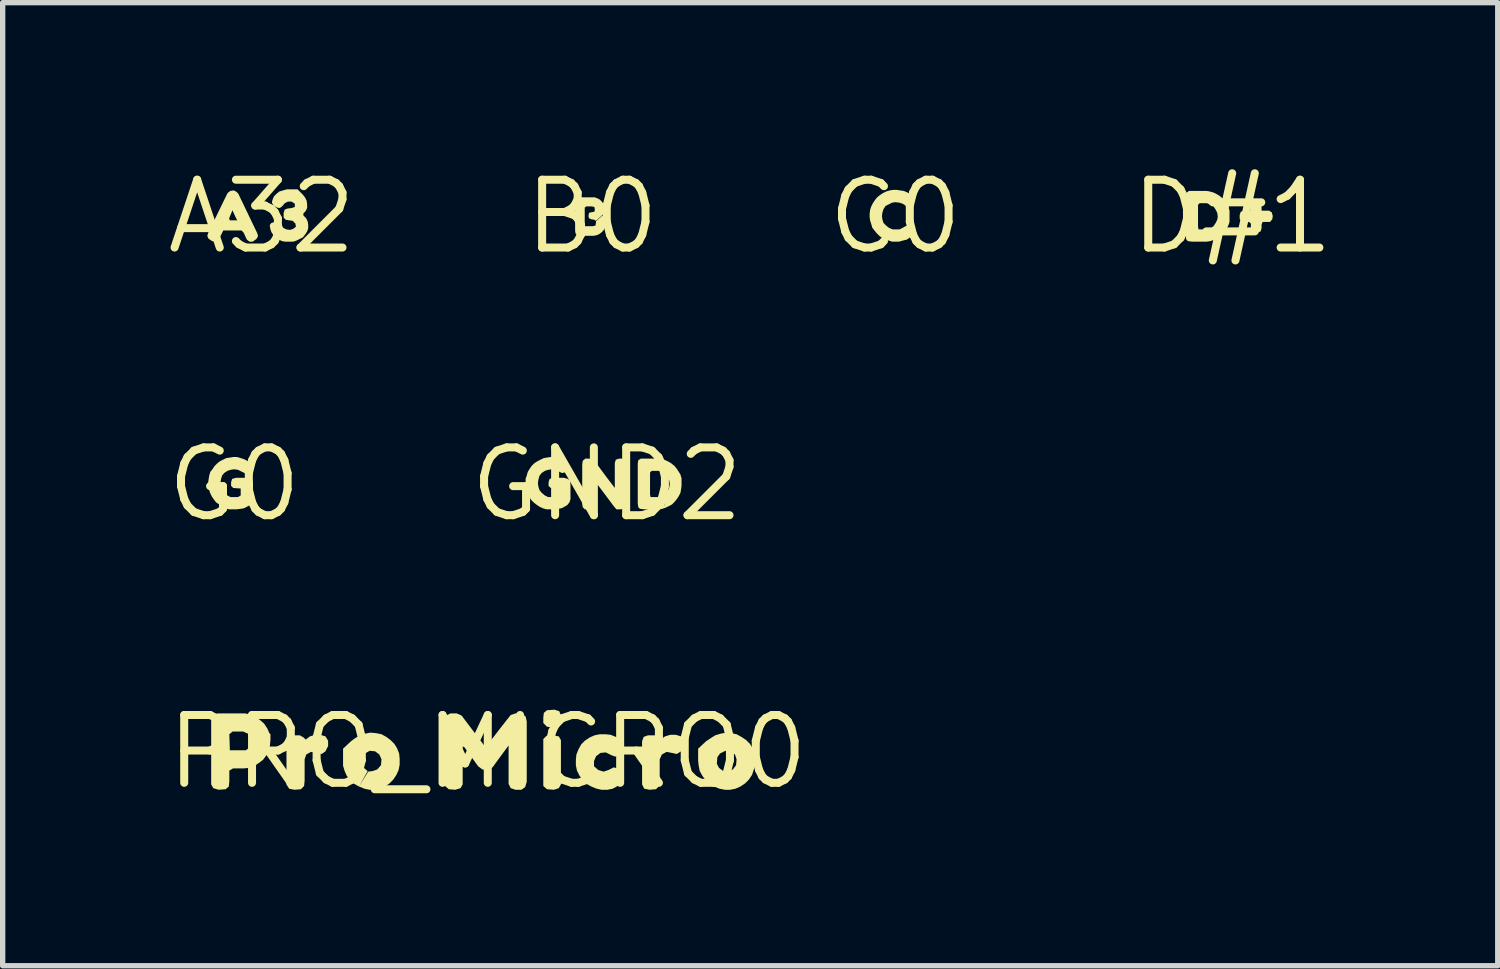
<source format=kicad_pcb>
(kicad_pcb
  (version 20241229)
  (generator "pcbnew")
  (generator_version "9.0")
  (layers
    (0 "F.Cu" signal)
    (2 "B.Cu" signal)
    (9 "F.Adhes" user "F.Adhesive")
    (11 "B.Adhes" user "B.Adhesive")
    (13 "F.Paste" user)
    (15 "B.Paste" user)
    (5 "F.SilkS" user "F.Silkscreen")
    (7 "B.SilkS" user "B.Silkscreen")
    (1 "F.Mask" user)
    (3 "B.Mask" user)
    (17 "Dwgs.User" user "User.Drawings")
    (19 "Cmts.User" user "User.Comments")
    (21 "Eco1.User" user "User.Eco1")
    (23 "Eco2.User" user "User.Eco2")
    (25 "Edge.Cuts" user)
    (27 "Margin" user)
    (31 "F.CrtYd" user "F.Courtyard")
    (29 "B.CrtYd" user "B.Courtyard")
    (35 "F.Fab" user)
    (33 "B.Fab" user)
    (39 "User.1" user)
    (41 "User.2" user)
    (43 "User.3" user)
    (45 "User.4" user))
  (footprint "C0"
    (layer "F.Cu")
    (at 13.717 1.006)
    (property "Reference" "C0" (at 0 0 0) (layer "F.SilkS") (effects (font (size 1.27 1.27) (thickness 0.15))))
    (attr through_hole)
    (fp_poly (pts (xy 0.14 0.21) (xy 0.08 0.24) (xy 0.01 0.24) (xy -0.05 0.24) (xy -0.12 0.21) (xy -0.17 0.17) (xy -0.22 0.12) (xy -0.24 0.06) (xy -0.25 -0.01) (xy -0.24 -0.08) (xy -0.22 -0.14) (xy -0.18 -0.2) (xy -0.12 -0.23) (xy -0.06 -0.26) (xy 0 -0.27) (xy 0.08 -0.26) (xy 0.14 -0.24) (xy 0.2 -0.2) (xy 0.25 -0.2) (xy 0.3 -0.25) (xy 0.34 -0.31) (xy 0.33 -0.37) (xy 0.28 -0.42) (xy 0.23 -0.45) (xy 0.16 -0.48) (xy 0.09 -0.49) (xy 0.03 -0.5) (xy -0.04 -0.5) (xy -0.1 -0.49) (xy -0.17 -0.47) (xy -0.23 -0.44) (xy -0.29 -0.4) (xy -0.34 -0.36) (xy -0.38 -0.31) (xy -0.42 -0.25) (xy -0.45 -0.19) (xy -0.47 -0.13) (xy -0.48 -0.06) (xy -0.48 0.01) (xy -0.47 0.08) (xy -0.45 0.14) (xy -0.43 0.21) (xy -0.39 0.26) (xy -0.35 0.31) (xy -0.3 0.36) (xy -0.25 0.4) (xy -0.18 0.43) (xy -0.12 0.45) (xy -0.06 0.47) (xy 0.01 0.47) (xy 0.07 0.47) (xy 0.14 0.45) (xy 0.22 0.43) (xy 0.26 0.4) (xy 0.32 0.36) (xy 0.33 0.3) (xy 0.3 0.23) (xy 0.25 0.18) (xy 0.21 0.17)) (stroke (width 0) (type solid)) (fill yes) (layer "F.SilkS")))
  (footprint "GND2"
    (layer "F.Cu")
    (at 8.314 6.019)
    (property "Reference" "GND2" (at 0 0 0) (layer "F.SilkS") (effects (font (size 1.27 1.27) (thickness 0.15))))
    (attr through_hole)
    (fp_poly (pts (xy 0.17 -0.46) (xy 0.15 -0.4) (xy 0.15 -0.33) (xy 0.15 0.07) (xy -0.01 -0.14) (xy -0.21 -0.41) (xy -0.26 -0.46) (xy -0.33 -0.48) (xy -0.4 -0.48) (xy -0.45 -0.44) (xy -0.46 -0.37) (xy -0.46 0.37) (xy -0.45 0.43) (xy -0.41 0.47) (xy -0.32 0.47) (xy -0.26 0.45) (xy -0.23 0.4) (xy -0.23 -0.01) (xy -0.23 -0.07) (xy 0.13 0.41) (xy 0.18 0.47) (xy 0.25 0.47) (xy 0.33 0.46) (xy 0.37 0.42) (xy 0.38 0.36) (xy 0.38 -0.32) (xy 0.37 -0.39) (xy 0.36 -0.45) (xy 0.3 -0.48) (xy 0.23 -0.48)) (stroke (width 0) (type solid)) (fill yes) (layer "F.SilkS"))
    (fp_poly (pts (xy 0.64 -0.48) (xy 0.59 -0.45) (xy 0.58 -0.39) (xy 0.58 0.36) (xy 0.59 0.43) (xy 0.62 0.46) (xy 0.7 0.47) (xy 0.9 0.47) (xy 0.97 0.47) (xy 1.04 0.46) (xy 1.1 0.44) (xy 1.02 0.24) (xy 0.82 0.24) (xy 0.81 0.19) (xy 0.81 -0.22) (xy 0.84 -0.25) (xy 0.91 -0.25) (xy 0.98 -0.25) (xy 1.04 -0.22) (xy 1.1 -0.19) (xy 1.14 -0.13) (xy 1.17 -0.07) (xy 1.18 0) (xy 1.17 0.06) (xy 1.14 0.12) (xy 1.1 0.18) (xy 1.05 0.22) (xy 1.03 0.24) (xy 1.1 0.44) (xy 1.16 0.41) (xy 1.22 0.38) (xy 1.27 0.33) (xy 1.31 0.28) (xy 1.35 0.22) (xy 1.38 0.16) (xy 1.39 0.1) (xy 1.4 0.03) (xy 1.4 -0.04) (xy 1.4 -0.11) (xy 1.38 -0.18) (xy 1.35 -0.23) (xy 1.31 -0.29) (xy 1.27 -0.34) (xy 1.21 -0.39) (xy 1.16 -0.42) (xy 1.1 -0.45) (xy 1.03 -0.47) (xy 0.97 -0.48) (xy 0.69 -0.48)) (stroke (width 0) (type solid)) (fill yes) (layer "F.SilkS"))
    (fp_poly (pts (xy -1.01 -0.12) (xy -1.07 -0.1) (xy -1.09 -0.04) (xy -1.09 0.03) (xy -1.05 0.07) (xy -0.91 0.08) (xy -0.91 0.21) (xy -0.97 0.24) (xy -1.04 0.24) (xy -1.1 0.24) (xy -1.16 0.21) (xy -1.22 0.16) (xy -1.26 0.11) (xy -1.28 0.05) (xy -1.29 -0.02) (xy -1.28 -0.09) (xy -1.26 -0.16) (xy -1.22 -0.21) (xy -1.16 -0.25) (xy -1.1 -0.27) (xy -1.03 -0.28) (xy -0.96 -0.27) (xy -0.84 -0.21) (xy -0.79 -0.22) (xy -0.73 -0.28) (xy -0.71 -0.34) (xy -0.73 -0.4) (xy -0.79 -0.44) (xy -0.85 -0.47) (xy -0.92 -0.49) (xy -0.98 -0.51) (xy -1.05 -0.51) (xy -1.12 -0.5) (xy -1.18 -0.49) (xy -1.24 -0.46) (xy -1.3 -0.43) (xy -1.36 -0.39) (xy -1.41 -0.34) (xy -1.45 -0.28) (xy -1.48 -0.23) (xy -1.5 -0.16) (xy -1.52 -0.1) (xy -1.52 -0.03) (xy -1.52 0.04) (xy -1.5 0.11) (xy -1.48 0.17) (xy -1.45 0.23) (xy -1.42 0.29) (xy -1.37 0.34) (xy -1.32 0.38) (xy -1.26 0.42) (xy -1.2 0.45) (xy -1.13 0.47) (xy -1.07 0.47) (xy -0.99 0.47) (xy -0.92 0.46) (xy -0.85 0.45) (xy -0.79 0.42) (xy -0.74 0.39) (xy -0.7 0.34) (xy -0.68 0.28) (xy -0.68 0) (xy -0.69 -0.07) (xy -0.73 -0.1) (xy -0.8 -0.12)) (stroke (width 0) (type solid)) (fill yes) (layer "F.SilkS")))
  (footprint "B0"
    (layer "F.Cu")
    (at 8.041 1.006)
    (property "Reference" "B0" (at 0 0 0) (layer "F.SilkS") (effects (font (size 1.27 1.27) (thickness 0.15))))
    (attr through_hole)
    (fp_poly (pts (xy 0.2 -0.04) (xy 0.22 -0.09) (xy 0.23 -0.14) (xy 0.22 -0.19) (xy 0.21 -0.24) (xy 0.18 -0.28) (xy 0.14 -0.32) (xy 0.1 -0.34) (xy 0.05 -0.36) (xy 0 -0.36) (xy -0.21 -0.36) (xy -0.27 -0.36) (xy -0.31 -0.34) (xy -0.32 -0.3) (xy -0.32 0.27) (xy -0.31 0.32) (xy -0.28 0.35) (xy -0.22 0.36) (xy 0.03 0.36) (xy 0.08 0.35) (xy 0.13 0.33) (xy 0.17 0.3) (xy 0.21 0.26) (xy 0.23 0.22) (xy 0.24 0.17) (xy 0.25 0.11) (xy 0.24 0.06) (xy 0.22 0.02) (xy 0.19 -0.02) (xy 0.07 0.09) (xy 0.07 0.12) (xy 0.06 0.17) (xy 0.01 0.18) (xy -0.14 0.18) (xy -0.14 0.14) (xy -0.14 -0.17) (xy -0.11 -0.19) (xy -0.01 -0.19) (xy 0.04 -0.18) (xy 0.05 -0.13) (xy 0.04 -0.09) (xy -0.02 -0.08) (xy -0.06 -0.07) (xy -0.07 -0.01) (xy -0.06 0.03) (xy -0.02 0.05) (xy 0.04 0.06) (xy 0.07 0.08) (xy 0.19 -0.03)) (stroke (width 0) (type solid)) (fill yes) (layer "F.SilkS")))
  (footprint "A32"
    (layer "F.Cu")
    (at 1.852 1.006)
    (property "Reference" "A32" (at 0 0 0) (layer "F.SilkS") (effects (font (size 1.27 1.27) (thickness 0.15))))
    (attr through_hole)
    (fp_poly (pts (xy -0.47 -0.46) (xy -0.52 -0.49) (xy -0.59 -0.48) (xy -0.64 -0.44) (xy -0.67 -0.38) (xy -1 0.3) (xy -1.02 0.36) (xy -1 0.41) (xy -0.93 0.46) (xy -0.87 0.47) (xy -0.81 0.44) (xy -0.78 0.38) (xy -0.72 0.26) (xy -0.38 0.26) (xy -0.46 0.07) (xy -0.6 0.07) (xy -0.61 0.03) (xy -0.56 -0.09) (xy -0.55 -0.12) (xy -0.49 0.01) (xy -0.46 0.07) (xy -0.38 0.26) (xy -0.34 0.3) (xy -0.28 0.43) (xy -0.23 0.47) (xy -0.17 0.47) (xy -0.1 0.42) (xy -0.07 0.37) (xy -0.08 0.32) (xy -0.44 -0.43)) (stroke (width 0) (type solid)) (fill yes) (layer "F.SilkS"))
    (fp_poly (pts (xy 0.67 -0.51) (xy 0.54 -0.51) (xy 0.47 -0.51) (xy 0.4 -0.49) (xy 0.33 -0.47) (xy 0.28 -0.43) (xy 0.23 -0.38) (xy 0.2 -0.31) (xy 0.19 -0.26) (xy 0.22 -0.21) (xy 0.28 -0.17) (xy 0.34 -0.16) (xy 0.39 -0.2) (xy 0.43 -0.25) (xy 0.49 -0.28) (xy 0.56 -0.28) (xy 0.62 -0.24) (xy 0.62 -0.18) (xy 0.56 -0.16) (xy 0.48 -0.15) (xy 0.43 -0.13) (xy 0.41 -0.07) (xy 0.41 0.02) (xy 0.45 0.06) (xy 0.51 0.07) (xy 0.58 0.08) (xy 0.63 0.13) (xy 0.64 0.19) (xy 0.59 0.23) (xy 0.53 0.25) (xy 0.46 0.24) (xy 0.4 0.21) (xy 0.37 0.14) (xy 0.33 0.11) (xy 0.25 0.1) (xy 0.18 0.12) (xy 0.15 0.16) (xy 0.16 0.23) (xy 0.18 0.29) (xy 0.22 0.35) (xy 0.26 0.4) (xy 0.32 0.43) (xy 0.38 0.46) (xy 0.44 0.47) (xy 0.52 0.47) (xy 0.59 0.47) (xy 0.65 0.45) (xy 0.71 0.42) (xy 0.77 0.39) (xy 0.81 0.34) (xy 0.85 0.28) (xy 0.87 0.22) (xy 0.87 0.15) (xy 0.86 0.09) (xy 0.83 0.03) (xy 0.78 -0.02) (xy 0.78 -0.06) (xy 0.82 -0.1) (xy 0.85 -0.16) (xy 0.85 -0.23) (xy 0.84 -0.3) (xy 0.81 -0.36) (xy 0.77 -0.41)) (stroke (width 0) (type solid)) (fill yes) (layer "F.SilkS")))
  (footprint "G0"
    (layer "F.Cu")
    (at 1.338 6.019)
    (property "Reference" "G0" (at 0 0 0) (layer "F.SilkS") (effects (font (size 1.27 1.27) (thickness 0.15))))
    (attr through_hole)
    (fp_poly (pts (xy 0.03 -0.12) (xy -0.04 -0.1) (xy -0.06 -0.04) (xy -0.06 0.03) (xy -0.02 0.07) (xy 0.12 0.08) (xy 0.12 0.21) (xy 0.07 0.24) (xy 0 0.24) (xy -0.07 0.24) (xy -0.13 0.21) (xy -0.18 0.16) (xy -0.22 0.11) (xy -0.25 0.05) (xy -0.26 -0.02) (xy -0.25 -0.09) (xy -0.23 -0.16) (xy -0.19 -0.21) (xy -0.13 -0.25) (xy -0.07 -0.27) (xy 0 -0.28) (xy 0.07 -0.27) (xy 0.19 -0.21) (xy 0.24 -0.22) (xy 0.3 -0.28) (xy 0.32 -0.34) (xy 0.3 -0.4) (xy 0.24 -0.44) (xy 0.18 -0.47) (xy 0.12 -0.49) (xy 0.05 -0.51) (xy -0.02 -0.51) (xy -0.08 -0.5) (xy -0.15 -0.49) (xy -0.21 -0.46) (xy -0.27 -0.43) (xy -0.32 -0.39) (xy -0.37 -0.34) (xy -0.41 -0.28) (xy -0.45 -0.23) (xy -0.47 -0.16) (xy -0.48 -0.1) (xy -0.49 -0.03) (xy -0.48 0.04) (xy -0.47 0.11) (xy -0.45 0.17) (xy -0.42 0.23) (xy -0.38 0.29) (xy -0.34 0.34) (xy -0.28 0.38) (xy -0.23 0.42) (xy -0.17 0.45) (xy -0.1 0.47) (xy -0.03 0.47) (xy 0.04 0.47) (xy 0.12 0.46) (xy 0.18 0.45) (xy 0.24 0.42) (xy 0.29 0.39) (xy 0.34 0.34) (xy 0.35 0.28) (xy 0.35 0) (xy 0.34 -0.07) (xy 0.31 -0.1) (xy 0.23 -0.12)) (stroke (width 0) (type solid)) (fill yes) (layer "F.SilkS")))
  (footprint "PRO_MICRO0"
    (layer "F.Cu")
    (at 6.085 11.031)
    (property "Reference" "PRO_MICRO0" (at 0 0 0) (layer "F.SilkS") (effects (font (size 1.27 1.27) (thickness 0.15))))
    (attr through_hole)
    (fp_poly (pts (xy 1.34 -0.48) (xy 1.37 -0.57) (xy 1.37 -0.68) (xy 1.34 -0.76) (xy 1.25 -0.79) (xy 1.11 -0.78) (xy 1.05 -0.73) (xy 1.04 -0.64) (xy 1.04 -0.54) (xy 1.11 -0.47) (xy 1.21 -0.46) (xy 1.31 -0.47)) (stroke (width 0) (type solid)) (fill yes) (layer "F.SilkS"))
    (fp_poly (pts (xy 1.04 -0.07) (xy 1.04 0.55) (xy 1.04 0.64) (xy 1.11 0.7) (xy 1.24 0.71) (xy 1.33 0.68) (xy 1.37 0.61) (xy 1.37 -0.11) (xy 1.37 -0.22) (xy 1.33 -0.29) (xy 1.22 -0.31) (xy 1.1 -0.3) (xy 1.04 -0.24) (xy 1.04 -0.14)) (stroke (width 0) (type solid)) (fill yes) (layer "F.SilkS"))
    (fp_poly (pts (xy -3.04 -0.29) (xy -3.14 -0.32) (xy -3.23 -0.32) (xy -3.33 -0.29) (xy -3.41 -0.23) (xy -3.45 -0.27) (xy -3.52 -0.31) (xy -3.65 -0.31) (xy -3.74 -0.28) (xy -3.77 -0.2) (xy -3.77 0.51) (xy -3.77 0.61) (xy -3.72 0.69) (xy -3.62 0.71) (xy -3.5 0.7) (xy -3.44 0.64) (xy -3.43 0.54) (xy -3.43 0.14) (xy -3.4 0.05) (xy -3.31 0) (xy -3.21 0.02) (xy -3.11 0.04) (xy -3.04 -0.01) (xy -2.99 -0.11) (xy -2.99 -0.21)) (stroke (width 0) (type solid)) (fill yes) (layer "F.SilkS"))
    (fp_poly (pts (xy 3.62 -0.29) (xy 3.52 -0.32) (xy 3.42 -0.32) (xy 3.32 -0.29) (xy 3.24 -0.23) (xy 3.21 -0.27) (xy 3.14 -0.31) (xy 3 -0.31) (xy 2.92 -0.28) (xy 2.89 -0.2) (xy 2.89 0.51) (xy 2.89 0.61) (xy 2.93 0.69) (xy 3.03 0.71) (xy 3.15 0.7) (xy 3.21 0.64) (xy 3.22 0.54) (xy 3.22 0.14) (xy 3.26 0.05) (xy 3.35 0) (xy 3.45 0.02) (xy 3.54 0.04) (xy 3.62 -0.01) (xy 3.66 -0.11) (xy 3.66 -0.21)) (stroke (width 0) (type solid)) (fill yes) (layer "F.SilkS"))
    (fp_poly (pts (xy 0.71 -0.66) (xy 0.65 -0.71) (xy 0.52 -0.72) (xy 0.43 -0.69) (xy 0.35 -0.59) (xy 0.24 -0.45) (xy 0.01 -0.15) (xy -0.06 -0.11) (xy -0.43 -0.6) (xy -0.49 -0.68) (xy -0.58 -0.72) (xy -0.7 -0.72) (xy -0.78 -0.68) (xy -0.8 -0.58) (xy -0.8 0.54) (xy -0.8 0.64) (xy -0.73 0.7) (xy -0.61 0.71) (xy -0.51 0.68) (xy -0.47 0.61) (xy -0.47 -0.1) (xy -0.44 -0.09) (xy -0.18 0.27) (xy -0.1 0.33) (xy 0 0.34) (xy 0.09 0.29) (xy 0.14 0.22) (xy 0.39 -0.12) (xy 0.39 0.49) (xy 0.39 0.6) (xy 0.43 0.68) (xy 0.52 0.71) (xy 0.63 0.71) (xy 0.7 0.66) (xy 0.73 0.56) (xy 0.73 -0.57)) (stroke (width 0) (type solid)) (fill yes) (layer "F.SilkS"))
    (fp_poly (pts (xy 1.99 0.27) (xy 1.99 0.17) (xy 2.03 0.08) (xy 2.11 0.02) (xy 2.21 0.01) (xy 2.31 0.06) (xy 2.39 0.09) (xy 2.47 0.04) (xy 2.53 -0.06) (xy 2.55 -0.15) (xy 2.49 -0.23) (xy 2.4 -0.28) (xy 2.3 -0.32) (xy 2.2 -0.33) (xy 2.1 -0.33) (xy 2 -0.31) (xy 1.91 -0.27) (xy 1.82 -0.21) (xy 1.75 -0.14) (xy 1.7 -0.05) (xy 1.66 0.05) (xy 1.65 0.15) (xy 1.65 0.25) (xy 1.67 0.35) (xy 1.72 0.45) (xy 1.78 0.53) (xy 1.85 0.6) (xy 1.94 0.65) (xy 2.04 0.69) (xy 2.13 0.71) (xy 2.24 0.71) (xy 2.34 0.69) (xy 2.43 0.64) (xy 2.52 0.57) (xy 2.55 0.49) (xy 2.51 0.4) (xy 2.43 0.31) (xy 2.36 0.29) (xy 2.26 0.34) (xy 2.17 0.37) (xy 2.07 0.34)) (stroke (width 0) (type solid)) (fill yes) (layer "F.SilkS"))
    (fp_poly (pts (xy -4.09 -0.35) (xy -4.13 -0.44) (xy -4.19 -0.53) (xy -4.27 -0.6) (xy -4.36 -0.66) (xy -4.45 -0.7) (xy -4.54 -0.72) (xy -4.64 -0.72) (xy -4.94 -0.72) (xy -5.06 -0.72) (xy -5.15 -0.69) (xy -5.18 -0.61) (xy -5.18 0.51) (xy -5.18 0.61) (xy -5.14 0.68) (xy -5.04 0.71) (xy -4.91 0.7) (xy -4.85 0.65) (xy -4.84 0.55) (xy -4.84 0.35) (xy -4.77 0.31) (xy -4.57 0.31) (xy -4.47 0.3) (xy -4.38 0.27) (xy -4.53 -0.03) (xy -4.83 -0.03) (xy -4.84 -0.33) (xy -4.78 -0.38) (xy -4.58 -0.38) (xy -4.49 -0.34) (xy -4.43 -0.26) (xy -4.42 -0.15) (xy -4.48 -0.07) (xy -4.53 -0.03) (xy -4.38 0.27) (xy -4.29 0.21) (xy -4.21 0.15) (xy -4.15 0.07) (xy -4.1 -0.02) (xy -4.08 -0.12) (xy -4.07 -0.22) (xy -4.07 -0.33)) (stroke (width 0) (type solid)) (fill yes) (layer "F.SilkS"))
    (fp_poly (pts (xy -2.71 -0.05) (xy -2.71 0.16) (xy -2.71 0.26) (xy -2.68 0.36) (xy -2.64 0.45) (xy -2.57 0.53) (xy -2.5 0.6) (xy -2.41 0.65) (xy -2.25 0.36) (xy -2.32 0.3) (xy -2.36 0.22) (xy -2.36 0.1) (xy -2.3 0.03) (xy -2.21 -0.02) (xy -2.11 -0.01) (xy -2.03 0.05) (xy -1.99 0.14) (xy -2 0.25) (xy -2.07 0.33) (xy -2.16 0.36) (xy -2.24 0.37) (xy -2.41 0.65) (xy -2.31 0.69) (xy -2.22 0.71) (xy -2.12 0.71) (xy -2.02 0.69) (xy -1.92 0.65) (xy -1.84 0.59) (xy -1.77 0.52) (xy -1.71 0.43) (xy -1.67 0.34) (xy -1.65 0.24) (xy -1.65 0.13) (xy -1.66 0.03) (xy -1.7 -0.07) (xy -1.75 -0.15) (xy -1.82 -0.22) (xy -1.9 -0.28) (xy -1.99 -0.33) (xy -2.09 -0.35) (xy -2.2 -0.36) (xy -2.3 -0.34) (xy -2.39 -0.31) (xy -2.48 -0.26) (xy -2.56 -0.2) (xy -2.71 -0.06)) (stroke (width 0) (type solid)) (fill yes) (layer "F.SilkS"))
    (fp_poly (pts (xy 3.94 -0.05) (xy 3.94 0.16) (xy 3.95 0.26) (xy 3.97 0.36) (xy 4.02 0.45) (xy 4.08 0.53) (xy 4.16 0.6) (xy 4.24 0.65) (xy 4.41 0.36) (xy 4.33 0.3) (xy 4.29 0.22) (xy 4.3 0.1) (xy 4.35 0.03) (xy 4.45 -0.02) (xy 4.54 -0.01) (xy 4.63 0.05) (xy 4.66 0.14) (xy 4.65 0.25) (xy 4.59 0.33) (xy 4.5 0.36) (xy 4.41 0.37) (xy 4.24 0.65) (xy 4.34 0.69) (xy 4.44 0.71) (xy 4.54 0.71) (xy 4.64 0.69) (xy 4.73 0.65) (xy 4.82 0.59) (xy 4.89 0.52) (xy 4.95 0.43) (xy 4.98 0.34) (xy 5.01 0.24) (xy 5.01 0.13) (xy 4.99 0.03) (xy 4.96 -0.07) (xy 4.91 -0.15) (xy 4.84 -0.22) (xy 4.75 -0.28) (xy 4.66 -0.33) (xy 4.56 -0.35) (xy 4.46 -0.36) (xy 4.36 -0.34) (xy 4.26 -0.31) (xy 4.18 -0.26) (xy 4.09 -0.2) (xy 3.94 -0.06)) (stroke (width 0) (type solid)) (fill yes) (layer "F.SilkS")))
  (footprint "D#1"
    (layer "F.Cu")
    (at 20.027 1.006)
    (property "Reference" "D#1" (at 0 0 0) (layer "F.SilkS") (effects (font (size 1.27 1.27) (thickness 0.15))))
    (attr through_hole)
    (fp_poly (pts (xy 0.55 -0.11) (xy 0.55 -0.18) (xy 0.55 -0.25) (xy 0.52 -0.3) (xy 0.46 -0.31) (xy 0.39 -0.3) (xy 0.35 -0.26) (xy 0.35 -0.19) (xy 0.35 -0.12) (xy 0.29 -0.11) (xy 0.22 -0.11) (xy 0.16 -0.09) (xy 0.14 -0.03) (xy 0.14 0.04) (xy 0.17 0.09) (xy 0.24 0.1) (xy 0.31 0.1) (xy 0.35 0.13) (xy 0.35 0.2) (xy 0.35 0.27) (xy 0.4 0.3) (xy 0.47 0.3) (xy 0.53 0.28) (xy 0.55 0.22) (xy 0.55 0.15) (xy 0.57 0.1) (xy 0.64 0.1) (xy 0.71 0.1) (xy 0.75 0.05) (xy 0.76 -0.01) (xy 0.74 -0.08) (xy 0.69 -0.11)) (stroke (width 0) (type solid)) (fill yes) (layer "F.SilkS"))
    (fp_poly (pts (xy -0.81 -0.48) (xy -0.85 -0.45) (xy -0.87 -0.39) (xy -0.87 0.36) (xy -0.86 0.43) (xy -0.83 0.46) (xy -0.75 0.47) (xy -0.55 0.47) (xy -0.48 0.47) (xy -0.41 0.46) (xy -0.35 0.44) (xy -0.42 0.24) (xy -0.63 0.24) (xy -0.64 0.19) (xy -0.64 -0.22) (xy -0.61 -0.25) (xy -0.54 -0.25) (xy -0.47 -0.25) (xy -0.41 -0.22) (xy -0.35 -0.19) (xy -0.31 -0.13) (xy -0.28 -0.07) (xy -0.27 0) (xy -0.28 0.06) (xy -0.31 0.12) (xy -0.35 0.18) (xy -0.4 0.22) (xy -0.42 0.24) (xy -0.35 0.44) (xy -0.29 0.41) (xy -0.23 0.38) (xy -0.18 0.33) (xy -0.14 0.28) (xy -0.1 0.22) (xy -0.07 0.16) (xy -0.05 0.1) (xy -0.05 0.03) (xy -0.05 -0.04) (xy -0.05 -0.11) (xy -0.07 -0.18) (xy -0.1 -0.23) (xy -0.14 -0.29) (xy -0.18 -0.34) (xy -0.24 -0.39) (xy -0.29 -0.42) (xy -0.35 -0.45) (xy -0.42 -0.47) (xy -0.48 -0.48) (xy -0.76 -0.48)) (stroke (width 0) (type solid)) (fill yes) (layer "F.SilkS")))
  (gr_rect
    (start -3 -3)
    (end 25 15.037)
    (stroke (width 0.1) (type default))
    (fill no)
    (layer "Edge.Cuts")))
</source>
